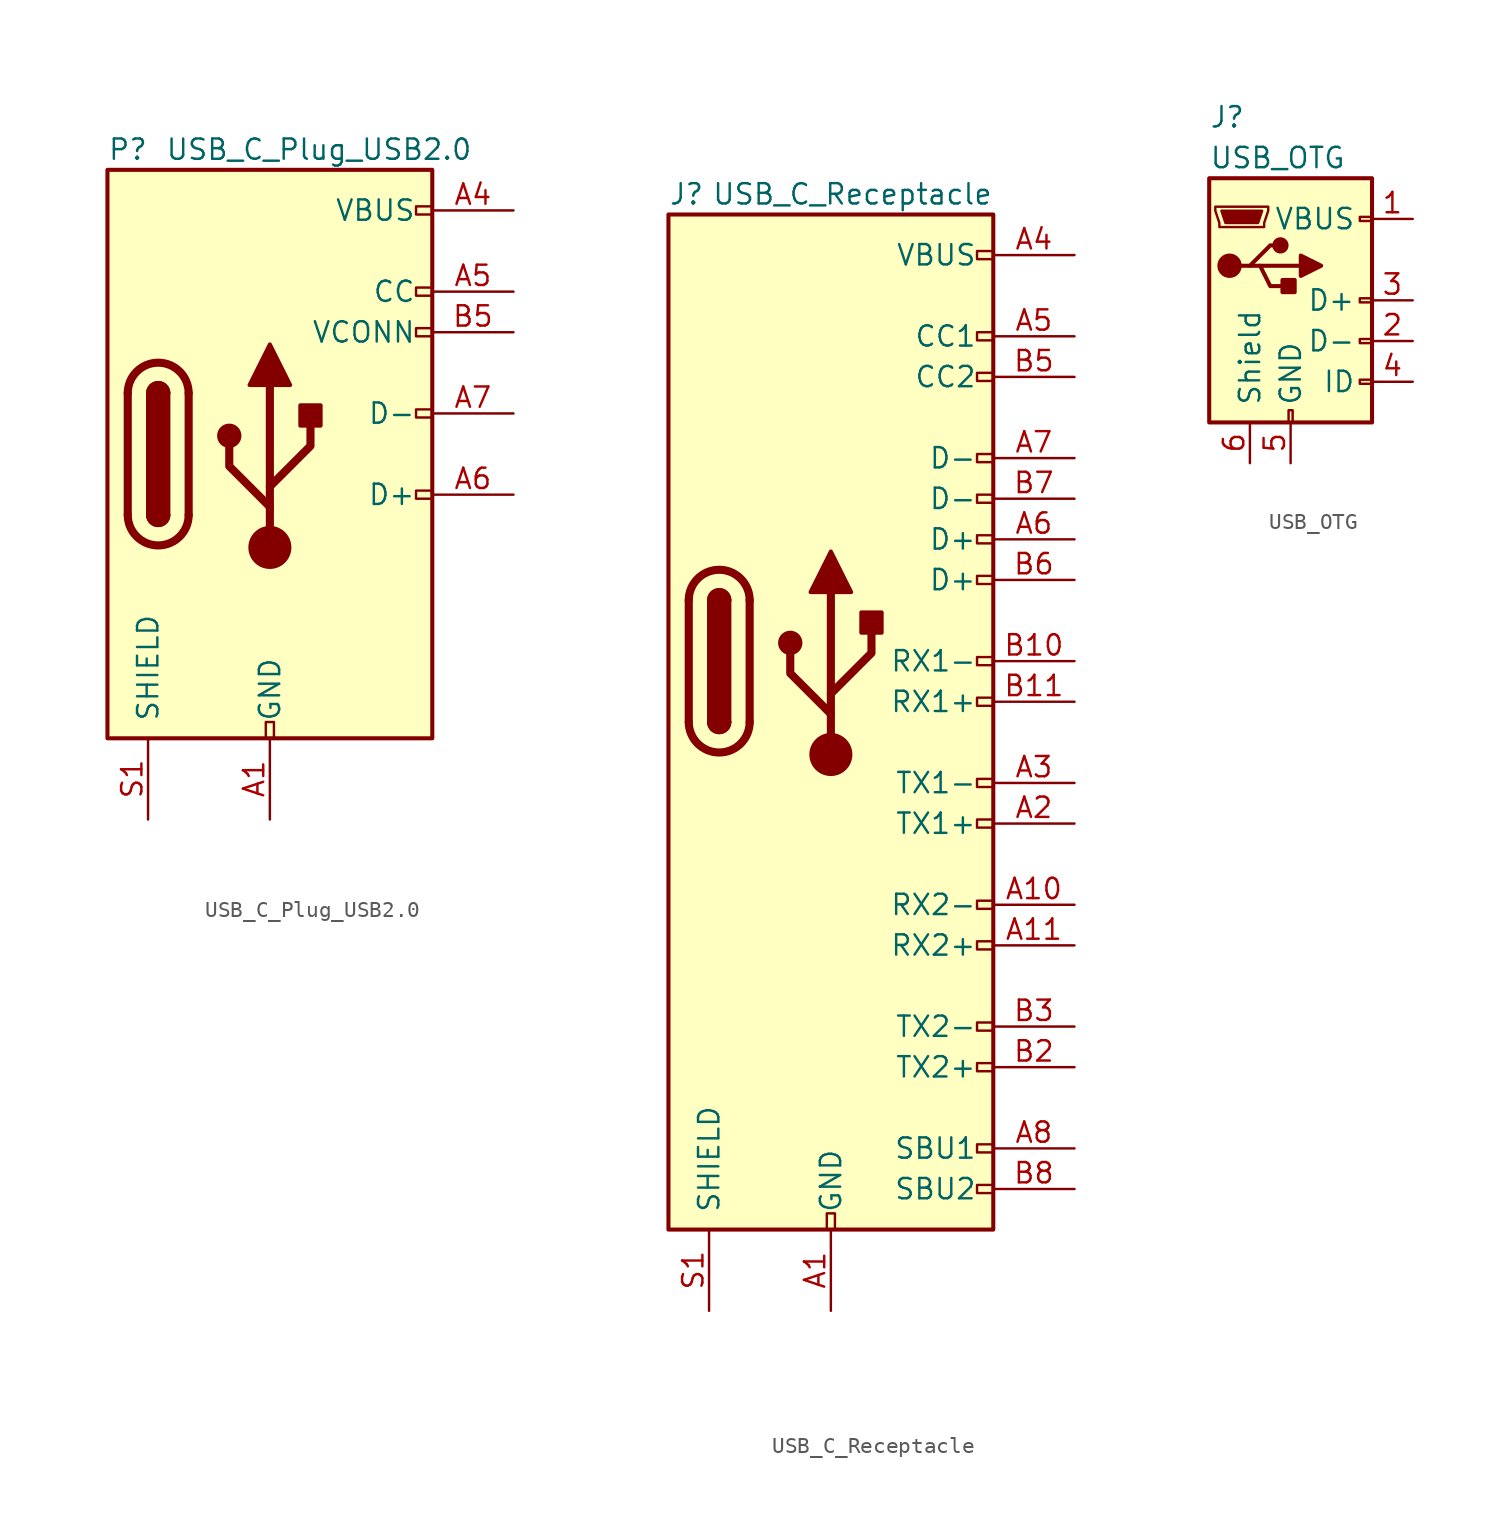
<source format=kicad_sym>
(kicad_symbol_lib
  (version 20201005)
  (generator kicad_symbol_editor)
  (symbol "Connector:USB_C_Plug_USB2.0"
    (pin_names
      (offset 1.016))
    (property "Reference" "P"
      (at -10.16 19.05 0)
      (effects (font (size 1.27 1.27)) (justify left)))
    (property "Value" "USB_C_Plug_USB2.0"
      (at 12.7 19.05 0)
      (effects (font (size 1.27 1.27)) (justify right)))
    (symbol "USB_C_Plug_USB2.0_0_0"
      (rectangle (start -0.254 -17.78) (end 0.254 -16.764) (stroke (width 0)) (fill (type none)))
      (rectangle (start 10.16 -2.286) (end 9.144 -2.794) (stroke (width 0)) (fill (type none)))
      (rectangle (start 10.16 2.794) (end 9.144 2.286) (stroke (width 0)) (fill (type none)))
      (rectangle (start 10.16 7.874) (end 9.144 7.366) (stroke (width 0)) (fill (type none)))
      (rectangle (start 10.16 10.414) (end 9.144 9.906) (stroke (width 0)) (fill (type none)))
      (rectangle (start 10.16 15.494) (end 9.144 14.986) (stroke (width 0)) (fill (type none))))
    (symbol "USB_C_Plug_USB2.0_0_1"
      (arc (start -8.89 -3.81) (end -5.08 -3.81) (radius (at -6.985 -3.81) (length 1.905) (angles -179.9 -0.1)) (stroke (width 0.508)) (fill (type none)))
      (arc (start -7.62 -3.81) (end -6.35 -3.81) (radius (at -6.985 -3.81) (length 0.635) (angles -179.9 -0.1)) (stroke (width 0.254)) (fill (type none)))
      (arc (start -6.35 3.81) (end -7.62 3.81) (radius (at -6.985 3.81) (length 0.635) (angles 0.1 179.9)) (stroke (width 0.254)) (fill (type none)))
      (arc (start -5.08 3.81) (end -8.89 3.81) (radius (at -6.985 3.81) (length 1.905) (angles 0.1 179.9)) (stroke (width 0.508)) (fill (type none)))
      (arc (start -7.62 -3.81) (end -6.35 -3.81) (radius (at -6.985 -3.81) (length 0.635) (angles -179.9 -0.1)) (stroke (width 0.254)) (fill (type outline)))
      (arc (start -6.35 3.81) (end -7.62 3.81) (radius (at -6.985 3.81) (length 0.635) (angles 0.1 179.9)) (stroke (width 0.254)) (fill (type outline)))
      (circle (center -2.54 1.143) (radius 0.635) (stroke (width 0.254)) (fill (type outline)))
      (circle (center 0 -5.842) (radius 1.27) (stroke (width 0)) (fill (type outline)))
      (rectangle (start -7.62 -3.81) (end -6.35 3.81) (stroke (width 0.254)) (fill (type outline)))
      (rectangle (start 1.905 1.778) (end 3.175 3.048) (stroke (width 0.254)) (fill (type outline)))
      (rectangle (start -10.16 17.78) (end 10.16 -17.78) (stroke (width 0.254)) (fill (type background)))
      (polyline (pts (xy -8.89 -3.81) (xy -8.89 3.81)) (stroke (width 0.508)) (fill (type none)))
      (polyline (pts (xy -5.08 3.81) (xy -5.08 -3.81)) (stroke (width 0.508)) (fill (type none)))
      (polyline (pts (xy 0 -5.842) (xy 0 4.318)) (stroke (width 0.508)) (fill (type none)))
      (polyline (pts (xy 0 -3.302) (xy -2.54 -0.762) (xy -2.54 0.508)) (stroke (width 0.508)) (fill (type none)))
      (polyline (pts (xy 0 -2.032) (xy 2.54 0.508) (xy 2.54 1.778)) (stroke (width 0.508)) (fill (type none)))
      (polyline (pts (xy -1.27 4.318) (xy 0 6.858) (xy 1.27 4.318) (xy -1.27 4.318)) (stroke (width 0.254)) (fill (type outline))))
    (symbol "USB_C_Plug_USB2.0_1_1"
      (pin passive line (at 0 -22.86 90) (length 5.08) (name "GND" (effects (font (size 1.27 1.27)))) (number "A1" (effects (font (size 1.27 1.27)))))
      (pin passive line (at 0 -22.86 90) (length 5.08) hide (name "GND" (effects (font (size 1.27 1.27)))) (number "A12" (effects (font (size 1.27 1.27)))))
      (pin passive line (at 15.24 15.24 180) (length 5.08) (name "VBUS" (effects (font (size 1.27 1.27)))) (number "A4" (effects (font (size 1.27 1.27)))))
      (pin bidirectional line (at 15.24 10.16 180) (length 5.08) (name "CC" (effects (font (size 1.27 1.27)))) (number "A5" (effects (font (size 1.27 1.27)))))
      (pin bidirectional line (at 15.24 -2.54 180) (length 5.08) (name "D+" (effects (font (size 1.27 1.27)))) (number "A6" (effects (font (size 1.27 1.27)))))
      (pin bidirectional line (at 15.24 2.54 180) (length 5.08) (name "D-" (effects (font (size 1.27 1.27)))) (number "A7" (effects (font (size 1.27 1.27)))))
      (pin passive line (at 15.24 15.24 180) (length 5.08) hide (name "VBUS" (effects (font (size 1.27 1.27)))) (number "A9" (effects (font (size 1.27 1.27)))))
      (pin passive line (at 0 -22.86 90) (length 5.08) hide (name "GND" (effects (font (size 1.27 1.27)))) (number "B1" (effects (font (size 1.27 1.27)))))
      (pin passive line (at 0 -22.86 90) (length 5.08) hide (name "GND" (effects (font (size 1.27 1.27)))) (number "B12" (effects (font (size 1.27 1.27)))))
      (pin passive line (at 15.24 15.24 180) (length 5.08) hide (name "VBUS" (effects (font (size 1.27 1.27)))) (number "B4" (effects (font (size 1.27 1.27)))))
      (pin bidirectional line (at 15.24 7.62 180) (length 5.08) (name "VCONN" (effects (font (size 1.27 1.27)))) (number "B5" (effects (font (size 1.27 1.27)))))
      (pin passive line (at 15.24 15.24 180) (length 5.08) hide (name "VBUS" (effects (font (size 1.27 1.27)))) (number "B9" (effects (font (size 1.27 1.27)))))
      (pin passive line (at -7.62 -22.86 90) (length 5.08) (name "SHIELD" (effects (font (size 1.27 1.27)))) (number "S1" (effects (font (size 1.27 1.27)))))))
  (symbol "Connector:USB_C_Receptacle"
    (pin_names
      (offset 1.016))
    (property "Reference" "J"
      (at -10.16 29.21 0)
      (effects (font (size 1.27 1.27)) (justify left)))
    (property "Value" "USB_C_Receptacle"
      (at 10.16 29.21 0)
      (effects (font (size 1.27 1.27)) (justify right)))
    (symbol "USB_C_Receptacle_0_0"
      (rectangle (start -0.254 -35.56) (end 0.254 -34.544) (stroke (width 0)) (fill (type none)))
      (rectangle (start 10.16 -32.766) (end 9.144 -33.274) (stroke (width 0)) (fill (type none)))
      (rectangle (start 10.16 -30.226) (end 9.144 -30.734) (stroke (width 0)) (fill (type none)))
      (rectangle (start 10.16 -25.146) (end 9.144 -25.654) (stroke (width 0)) (fill (type none)))
      (rectangle (start 10.16 -22.606) (end 9.144 -23.114) (stroke (width 0)) (fill (type none)))
      (rectangle (start 10.16 -17.526) (end 9.144 -18.034) (stroke (width 0)) (fill (type none)))
      (rectangle (start 10.16 -14.986) (end 9.144 -15.494) (stroke (width 0)) (fill (type none)))
      (rectangle (start 10.16 -9.906) (end 9.144 -10.414) (stroke (width 0)) (fill (type none)))
      (rectangle (start 10.16 -7.366) (end 9.144 -7.874) (stroke (width 0)) (fill (type none)))
      (rectangle (start 10.16 -2.286) (end 9.144 -2.794) (stroke (width 0)) (fill (type none)))
      (rectangle (start 10.16 0.254) (end 9.144 -0.254) (stroke (width 0)) (fill (type none)))
      (rectangle (start 10.16 5.334) (end 9.144 4.826) (stroke (width 0)) (fill (type none)))
      (rectangle (start 10.16 7.874) (end 9.144 7.366) (stroke (width 0)) (fill (type none)))
      (rectangle (start 10.16 10.414) (end 9.144 9.906) (stroke (width 0)) (fill (type none)))
      (rectangle (start 10.16 12.954) (end 9.144 12.446) (stroke (width 0)) (fill (type none)))
      (rectangle (start 10.16 18.034) (end 9.144 17.526) (stroke (width 0)) (fill (type none)))
      (rectangle (start 10.16 20.574) (end 9.144 20.066) (stroke (width 0)) (fill (type none)))
      (rectangle (start 10.16 25.654) (end 9.144 25.146) (stroke (width 0)) (fill (type none))))
    (symbol "USB_C_Receptacle_0_1"
      (arc (start -8.89 -3.81) (end -5.08 -3.81) (radius (at -6.985 -3.81) (length 1.905) (angles -179.9 -0.1)) (stroke (width 0.508)) (fill (type none)))
      (arc (start -7.62 -3.81) (end -6.35 -3.81) (radius (at -6.985 -3.81) (length 0.635) (angles -179.9 -0.1)) (stroke (width 0.254)) (fill (type none)))
      (arc (start -6.35 3.81) (end -7.62 3.81) (radius (at -6.985 3.81) (length 0.635) (angles 0.1 179.9)) (stroke (width 0.254)) (fill (type none)))
      (arc (start -5.08 3.81) (end -8.89 3.81) (radius (at -6.985 3.81) (length 1.905) (angles 0.1 179.9)) (stroke (width 0.508)) (fill (type none)))
      (arc (start -7.62 -3.81) (end -6.35 -3.81) (radius (at -6.985 -3.81) (length 0.635) (angles -179.9 -0.1)) (stroke (width 0.254)) (fill (type outline)))
      (arc (start -6.35 3.81) (end -7.62 3.81) (radius (at -6.985 3.81) (length 0.635) (angles 0.1 179.9)) (stroke (width 0.254)) (fill (type outline)))
      (rectangle (start -7.62 -3.81) (end -6.35 3.81) (stroke (width 0.254)) (fill (type outline)))
      (rectangle (start -10.16 27.94) (end 10.16 -35.56) (stroke (width 0.254)) (fill (type background)))
      (polyline (pts (xy -8.89 -3.81) (xy -8.89 3.81)) (stroke (width 0.508)) (fill (type none)))
      (polyline (pts (xy -5.08 3.81) (xy -5.08 -3.81)) (stroke (width 0.508)) (fill (type none))))
    (symbol "USB_C_Receptacle_1_1"
      (circle (center -2.54 1.143) (radius 0.635) (stroke (width 0.254)) (fill (type outline)))
      (circle (center 0 -5.842) (radius 1.27) (stroke (width 0)) (fill (type outline)))
      (rectangle (start 1.905 1.778) (end 3.175 3.048) (stroke (width 0.254)) (fill (type outline)))
      (polyline (pts (xy 0 -5.842) (xy 0 4.318)) (stroke (width 0.508)) (fill (type none)))
      (polyline (pts (xy 0 -3.302) (xy -2.54 -0.762) (xy -2.54 0.508)) (stroke (width 0.508)) (fill (type none)))
      (polyline (pts (xy 0 -2.032) (xy 2.54 0.508) (xy 2.54 1.778)) (stroke (width 0.508)) (fill (type none)))
      (polyline (pts (xy -1.27 4.318) (xy 0 6.858) (xy 1.27 4.318) (xy -1.27 4.318)) (stroke (width 0.254)) (fill (type outline)))
      (pin passive line (at 0 -40.64 90) (length 5.08) (name "GND" (effects (font (size 1.27 1.27)))) (number "A1" (effects (font (size 1.27 1.27)))))
      (pin bidirectional line (at 15.24 -15.24 180) (length 5.08) (name "RX2-" (effects (font (size 1.27 1.27)))) (number "A10" (effects (font (size 1.27 1.27)))))
      (pin bidirectional line (at 15.24 -17.78 180) (length 5.08) (name "RX2+" (effects (font (size 1.27 1.27)))) (number "A11" (effects (font (size 1.27 1.27)))))
      (pin passive line (at 0 -40.64 90) (length 5.08) hide (name "GND" (effects (font (size 1.27 1.27)))) (number "A12" (effects (font (size 1.27 1.27)))))
      (pin bidirectional line (at 15.24 -10.16 180) (length 5.08) (name "TX1+" (effects (font (size 1.27 1.27)))) (number "A2" (effects (font (size 1.27 1.27)))))
      (pin bidirectional line (at 15.24 -7.62 180) (length 5.08) (name "TX1-" (effects (font (size 1.27 1.27)))) (number "A3" (effects (font (size 1.27 1.27)))))
      (pin passive line (at 15.24 25.4 180) (length 5.08) (name "VBUS" (effects (font (size 1.27 1.27)))) (number "A4" (effects (font (size 1.27 1.27)))))
      (pin bidirectional line (at 15.24 20.32 180) (length 5.08) (name "CC1" (effects (font (size 1.27 1.27)))) (number "A5" (effects (font (size 1.27 1.27)))))
      (pin bidirectional line (at 15.24 7.62 180) (length 5.08) (name "D+" (effects (font (size 1.27 1.27)))) (number "A6" (effects (font (size 1.27 1.27)))))
      (pin bidirectional line (at 15.24 12.7 180) (length 5.08) (name "D-" (effects (font (size 1.27 1.27)))) (number "A7" (effects (font (size 1.27 1.27)))))
      (pin bidirectional line (at 15.24 -30.48 180) (length 5.08) (name "SBU1" (effects (font (size 1.27 1.27)))) (number "A8" (effects (font (size 1.27 1.27)))))
      (pin passive line (at 15.24 25.4 180) (length 5.08) hide (name "VBUS" (effects (font (size 1.27 1.27)))) (number "A9" (effects (font (size 1.27 1.27)))))
      (pin passive line (at 0 -40.64 90) (length 5.08) hide (name "GND" (effects (font (size 1.27 1.27)))) (number "B1" (effects (font (size 1.27 1.27)))))
      (pin bidirectional line (at 15.24 0 180) (length 5.08) (name "RX1-" (effects (font (size 1.27 1.27)))) (number "B10" (effects (font (size 1.27 1.27)))))
      (pin bidirectional line (at 15.24 -2.54 180) (length 5.08) (name "RX1+" (effects (font (size 1.27 1.27)))) (number "B11" (effects (font (size 1.27 1.27)))))
      (pin passive line (at 0 -40.64 90) (length 5.08) hide (name "GND" (effects (font (size 1.27 1.27)))) (number "B12" (effects (font (size 1.27 1.27)))))
      (pin bidirectional line (at 15.24 -25.4 180) (length 5.08) (name "TX2+" (effects (font (size 1.27 1.27)))) (number "B2" (effects (font (size 1.27 1.27)))))
      (pin bidirectional line (at 15.24 -22.86 180) (length 5.08) (name "TX2-" (effects (font (size 1.27 1.27)))) (number "B3" (effects (font (size 1.27 1.27)))))
      (pin passive line (at 15.24 25.4 180) (length 5.08) hide (name "VBUS" (effects (font (size 1.27 1.27)))) (number "B4" (effects (font (size 1.27 1.27)))))
      (pin bidirectional line (at 15.24 17.78 180) (length 5.08) (name "CC2" (effects (font (size 1.27 1.27)))) (number "B5" (effects (font (size 1.27 1.27)))))
      (pin bidirectional line (at 15.24 5.08 180) (length 5.08) (name "D+" (effects (font (size 1.27 1.27)))) (number "B6" (effects (font (size 1.27 1.27)))))
      (pin bidirectional line (at 15.24 10.16 180) (length 5.08) (name "D-" (effects (font (size 1.27 1.27)))) (number "B7" (effects (font (size 1.27 1.27)))))
      (pin bidirectional line (at 15.24 -33.02 180) (length 5.08) (name "SBU2" (effects (font (size 1.27 1.27)))) (number "B8" (effects (font (size 1.27 1.27)))))
      (pin passive line (at 15.24 25.4 180) (length 5.08) hide (name "VBUS" (effects (font (size 1.27 1.27)))) (number "B9" (effects (font (size 1.27 1.27)))))
      (pin passive line (at -7.62 -40.64 90) (length 5.08) (name "SHIELD" (effects (font (size 1.27 1.27)))) (number "S1" (effects (font (size 1.27 1.27)))))))
  (symbol "Connector:USB_OTG"
    (pin_names
      (offset 1.016))
    (property "Reference" "J"
      (at -5.08 11.43 0)
      (effects (font (size 1.27 1.27)) (justify left)))
    (property "Value" "USB_OTG"
      (at -5.08 8.89 0)
      (effects (font (size 1.27 1.27)) (justify left)))
    (symbol "USB_OTG_0_1"
      (circle (center -3.81 2.159) (radius 0.635) (stroke (width 0.254)) (fill (type outline)))
      (circle (center -0.635 3.429) (radius 0.381) (stroke (width 0.254)) (fill (type outline)))
      (rectangle (start -0.127 -7.62) (end 0.127 -6.858) (stroke (width 0)) (fill (type none)))
      (rectangle (start 5.08 -5.207) (end 4.318 -4.953) (stroke (width 0)) (fill (type none)))
      (rectangle (start 5.08 -2.667) (end 4.318 -2.413) (stroke (width 0)) (fill (type none)))
      (rectangle (start 5.08 -0.127) (end 4.318 0.127) (stroke (width 0)) (fill (type none)))
      (rectangle (start 5.08 4.953) (end 4.318 5.207) (stroke (width 0)) (fill (type none)))
      (rectangle (start 0.254 1.27) (end -0.508 0.508) (stroke (width 0.254)) (fill (type outline)))
      (rectangle (start -5.08 -7.62) (end 5.08 7.62) (stroke (width 0.254)) (fill (type background)))
      (polyline (pts (xy -1.905 2.159) (xy 0.635 2.159)) (stroke (width 0.254)) (fill (type none)))
      (polyline (pts (xy -3.175 2.159) (xy -2.54 2.159) (xy -1.27 3.429) (xy -0.635 3.429)) (stroke (width 0.254)) (fill (type none)))
      (polyline (pts (xy -2.54 2.159) (xy -1.905 2.159) (xy -1.27 0.889) (xy 0 0.889)) (stroke (width 0.254)) (fill (type none)))
      (polyline (pts (xy -4.699 5.842) (xy -4.699 5.588) (xy -4.445 4.826) (xy -4.445 4.572) (xy -1.651 4.572) (xy -1.651 4.826) (xy -1.397 5.588) (xy -1.397 5.842) (xy -4.699 5.842)) (stroke (width 0)) (fill (type none)))
      (polyline (pts (xy 0.635 2.794) (xy 0.635 1.524) (xy 1.905 2.159) (xy 0.635 2.794)) (stroke (width 0.254)) (fill (type outline)))
      (polyline (pts (xy -4.318 5.588) (xy -1.778 5.588) (xy -2.032 4.826) (xy -4.064 4.826) (xy -4.318 5.588)) (stroke (width 0)) (fill (type outline))))
    (symbol "USB_OTG_1_1"
      (pin passive line (at 7.62 5.08 180) (length 2.54) (name "VBUS" (effects (font (size 1.27 1.27)))) (number "1" (effects (font (size 1.27 1.27)))))
      (pin bidirectional line (at 7.62 -2.54 180) (length 2.54) (name "D-" (effects (font (size 1.27 1.27)))) (number "2" (effects (font (size 1.27 1.27)))))
      (pin bidirectional line (at 7.62 0 180) (length 2.54) (name "D+" (effects (font (size 1.27 1.27)))) (number "3" (effects (font (size 1.27 1.27)))))
      (pin passive line (at 7.62 -5.08 180) (length 2.54) (name "ID" (effects (font (size 1.27 1.27)))) (number "4" (effects (font (size 1.27 1.27)))))
      (pin passive line (at 0 -10.16 90) (length 2.54) (name "GND" (effects (font (size 1.27 1.27)))) (number "5" (effects (font (size 1.27 1.27)))))
      (pin passive line (at -2.54 -10.16 90) (length 2.54) (name "Shield" (effects (font (size 1.27 1.27)))) (number "6" (effects (font (size 1.27 1.27))))))))
</source>
